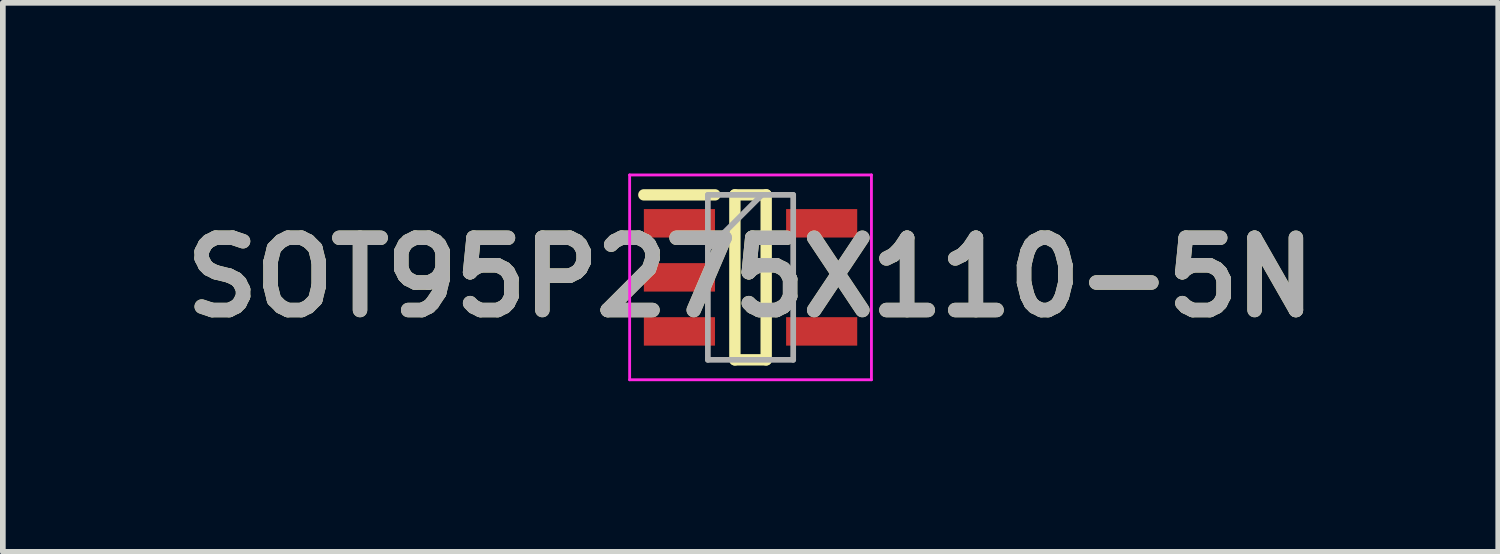
<source format=kicad_pcb>
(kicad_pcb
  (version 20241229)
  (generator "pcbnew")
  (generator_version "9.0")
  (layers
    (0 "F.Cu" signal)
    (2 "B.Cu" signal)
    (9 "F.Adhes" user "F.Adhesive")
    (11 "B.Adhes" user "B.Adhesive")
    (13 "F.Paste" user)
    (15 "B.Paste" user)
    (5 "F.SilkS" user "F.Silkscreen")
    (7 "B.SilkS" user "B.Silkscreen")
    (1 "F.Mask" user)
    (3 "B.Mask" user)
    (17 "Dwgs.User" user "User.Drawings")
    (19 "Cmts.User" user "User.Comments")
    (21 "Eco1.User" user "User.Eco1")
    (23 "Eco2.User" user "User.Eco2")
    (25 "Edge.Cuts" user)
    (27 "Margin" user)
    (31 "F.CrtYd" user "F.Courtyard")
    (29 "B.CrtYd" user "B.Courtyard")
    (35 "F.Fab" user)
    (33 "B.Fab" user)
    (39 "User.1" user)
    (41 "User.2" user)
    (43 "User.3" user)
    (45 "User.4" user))
  (footprint "SOT95P275X110-5N"
    (layer "F.Cu")
    (at 10.142 1.825)
    (property "Reference" "SOT95P275X110-5N" (at 0 0 0) (layer "F.SilkS") (effects (font (size 1.27 1.27) (thickness 0.254))))
    (attr smd)
    (fp_line (start -1.875 -1.45) (end -0.625 -1.45) (stroke (width 0.2) (type solid)) (layer "F.SilkS"))
    (fp_line (start -0.275 -1.45) (end 0.275 -1.45) (stroke (width 0.2) (type solid)) (layer "F.SilkS"))
    (fp_line (start -0.275 1.45) (end -0.275 -1.45) (stroke (width 0.2) (type solid)) (layer "F.SilkS"))
    (fp_line (start 0.275 -1.45) (end 0.275 1.45) (stroke (width 0.2) (type solid)) (layer "F.SilkS"))
    (fp_line (start 0.275 1.45) (end -0.275 1.45) (stroke (width 0.2) (type solid)) (layer "F.SilkS"))
    (fp_line (start -2.125 -1.8) (end 2.125 -1.8) (stroke (width 0.05) (type solid)) (layer "F.CrtYd"))
    (fp_line (start -2.125 1.8) (end -2.125 -1.8) (stroke (width 0.05) (type solid)) (layer "F.CrtYd"))
    (fp_line (start 2.125 -1.8) (end 2.125 1.8) (stroke (width 0.05) (type solid)) (layer "F.CrtYd"))
    (fp_line (start 2.125 1.8) (end -2.125 1.8) (stroke (width 0.05) (type solid)) (layer "F.CrtYd"))
    (fp_line (start -0.75 -1.45) (end 0.75 -1.45) (stroke (width 0.1) (type solid)) (layer "F.Fab"))
    (fp_line (start -0.75 -0.5) (end 0.2 -1.45) (stroke (width 0.1) (type solid)) (layer "F.Fab"))
    (fp_line (start -0.75 1.45) (end -0.75 -1.45) (stroke (width 0.1) (type solid)) (layer "F.Fab"))
    (fp_line (start 0.75 -1.45) (end 0.75 1.45) (stroke (width 0.1) (type solid)) (layer "F.Fab"))
    (fp_line (start 0.75 1.45) (end -0.75 1.45) (stroke (width 0.1) (type solid)) (layer "F.Fab"))
    (fp_text user "${REFERENCE}" (at 0 0 0) (layer "F.Fab") (effects (font (size 1.27 1.27) (thickness 0.254))))
    (pad "1" smd rect (at -1.25 -0.95 90) (size 0.5 1.25) (layers "F.Cu" "F.Mask" "F.Paste"))
    (pad "2" smd rect (at -1.25 0 90) (size 0.5 1.25) (layers "F.Cu" "F.Mask" "F.Paste"))
    (pad "3" smd rect (at -1.25 0.95 90) (size 0.5 1.25) (layers "F.Cu" "F.Mask" "F.Paste"))
    (pad "4" smd rect (at 1.25 0.95 90) (size 0.5 1.25) (layers "F.Cu" "F.Mask" "F.Paste"))
    (pad "5" smd rect (at 1.25 -0.95 90) (size 0.5 1.25) (layers "F.Cu" "F.Mask" "F.Paste")))
  (gr_rect
    (start -3 -3)
    (end 23.284 6.65)
    (stroke (width 0.1) (type default))
    (fill no)
    (layer "Edge.Cuts")))
</source>
